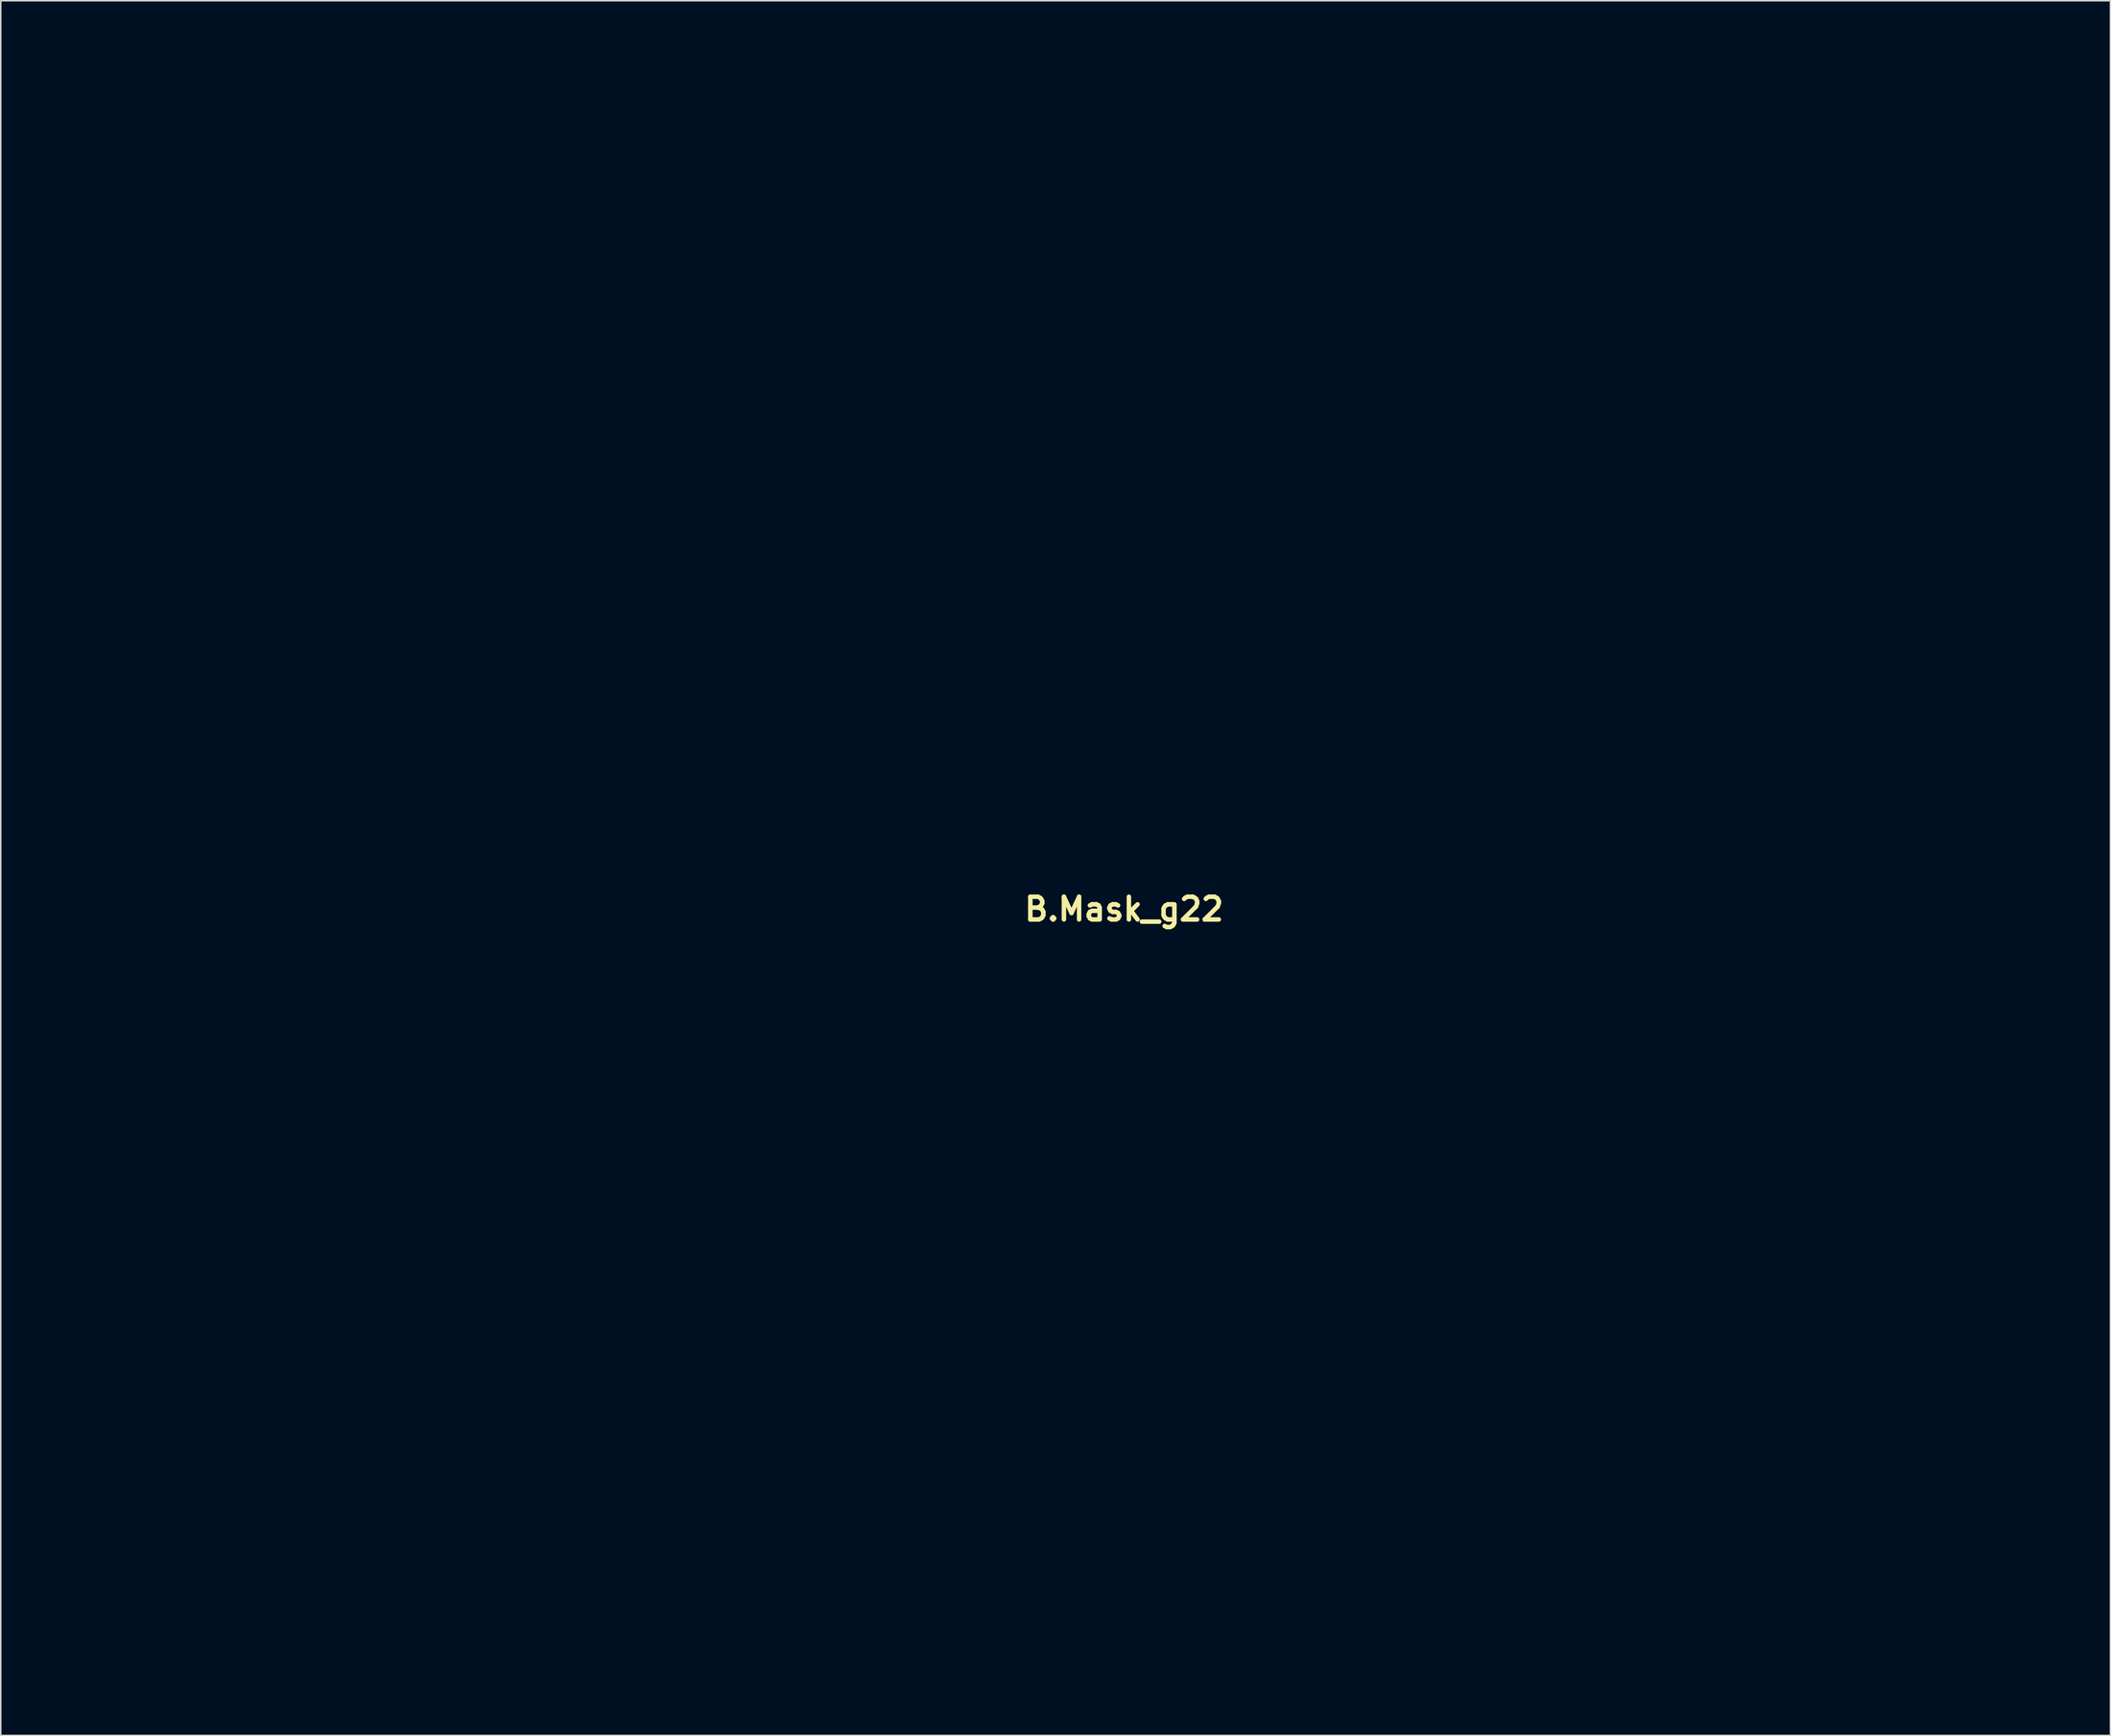
<source format=kicad_pcb>
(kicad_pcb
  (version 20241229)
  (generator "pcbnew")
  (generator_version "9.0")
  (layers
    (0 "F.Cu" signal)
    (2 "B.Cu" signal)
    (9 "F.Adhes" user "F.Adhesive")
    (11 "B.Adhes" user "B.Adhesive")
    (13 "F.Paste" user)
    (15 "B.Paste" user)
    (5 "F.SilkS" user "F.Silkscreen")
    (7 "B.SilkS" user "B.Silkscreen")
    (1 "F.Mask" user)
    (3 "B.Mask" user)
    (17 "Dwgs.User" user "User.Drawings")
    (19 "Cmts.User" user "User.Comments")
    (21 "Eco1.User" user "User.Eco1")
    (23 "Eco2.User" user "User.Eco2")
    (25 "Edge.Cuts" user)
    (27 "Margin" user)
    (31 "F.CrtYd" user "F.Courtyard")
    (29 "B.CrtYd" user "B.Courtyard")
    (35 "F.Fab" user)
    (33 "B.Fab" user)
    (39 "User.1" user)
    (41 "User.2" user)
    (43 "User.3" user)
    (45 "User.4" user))
  (footprint "B.Mask_g22"
    (layer "F.Cu")
    (at 72.268 57.896)
    (property "Reference" "B.Mask_g22" (at 0 0 0) (layer "F.SilkS") (effects (font (size 1.524 1.524) (thickness 0.3))))
    (attr through_hole)
    (fp_poly (pts (xy -56.43 -34.925) (xy -72.263 -34.925) (xy -72.263 -48.726) (xy -70.231 -48.726) (xy -70.231 -36.936) (xy -58.462 -36.936) (xy -58.462 -48.726) (xy -70.231 -48.726) (xy -72.263 -48.726) (xy -72.263 -50.736) (xy -56.43 -50.736) (xy -56.43 -34.925)) (stroke (width 0.01) (type solid)) (fill yes) (layer "B.Mask"))
    (fp_poly (pts (xy -56.43 -15.875) (xy -72.263 -15.875) (xy -72.263 -29.676) (xy -70.231 -29.676) (xy -70.231 -17.886) (xy -58.462 -17.886) (xy -58.462 -29.676) (xy -70.231 -29.676) (xy -72.263 -29.676) (xy -72.263 -31.686) (xy -56.43 -31.686) (xy -56.43 -15.875)) (stroke (width 0.01) (type solid)) (fill yes) (layer "B.Mask"))
    (fp_poly (pts (xy -56.43 3.175) (xy -72.263 3.175) (xy -72.263 -10.626) (xy -70.231 -10.626) (xy -70.231 1.164) (xy -58.462 1.164) (xy -58.462 -10.626) (xy -70.231 -10.626) (xy -72.263 -10.626) (xy -72.263 -12.636) (xy -56.43 -12.636) (xy -56.43 3.175)) (stroke (width 0.01) (type solid)) (fill yes) (layer "B.Mask"))
    (fp_poly (pts (xy -56.43 22.225) (xy -72.263 22.225) (xy -72.263 8.424) (xy -70.231 8.424) (xy -70.231 20.214) (xy -58.462 20.214) (xy -58.462 8.424) (xy -70.231 8.424) (xy -72.263 8.424) (xy -72.263 6.413) (xy -56.43 6.413) (xy -56.43 22.225)) (stroke (width 0.01) (type solid)) (fill yes) (layer "B.Mask"))
    (fp_poly (pts (xy -37.38 -34.925) (xy -53.213 -34.925) (xy -53.213 -48.726) (xy -51.181 -48.726) (xy -51.181 -36.936) (xy -39.412 -36.936) (xy -39.412 -48.726) (xy -51.181 -48.726) (xy -53.213 -48.726) (xy -53.213 -50.736) (xy -37.38 -50.736) (xy -37.38 -34.925)) (stroke (width 0.01) (type solid)) (fill yes) (layer "B.Mask"))
    (fp_poly (pts (xy -37.38 -15.875) (xy -53.213 -15.875) (xy -53.213 -29.676) (xy -51.181 -29.676) (xy -51.181 -17.886) (xy -39.412 -17.886) (xy -39.412 -29.676) (xy -51.181 -29.676) (xy -53.213 -29.676) (xy -53.213 -31.686) (xy -37.38 -31.686) (xy -37.38 -15.875)) (stroke (width 0.01) (type solid)) (fill yes) (layer "B.Mask"))
    (fp_poly (pts (xy -37.38 3.175) (xy -53.213 3.175) (xy -53.213 -10.626) (xy -51.181 -10.626) (xy -51.181 1.164) (xy -39.412 1.164) (xy -39.412 -10.626) (xy -51.181 -10.626) (xy -53.213 -10.626) (xy -53.213 -12.636) (xy -37.38 -12.636) (xy -37.38 3.175)) (stroke (width 0.01) (type solid)) (fill yes) (layer "B.Mask"))
    (fp_poly (pts (xy -37.38 22.225) (xy -53.213 22.225) (xy -53.213 8.424) (xy -51.181 8.424) (xy -51.181 20.214) (xy -39.412 20.214) (xy -39.412 8.424) (xy -51.181 8.424) (xy -53.213 8.424) (xy -53.213 6.413) (xy -37.38 6.413) (xy -37.38 22.225)) (stroke (width 0.01) (type solid)) (fill yes) (layer "B.Mask"))
    (fp_poly (pts (xy -18.33 -39.688) (xy -34.163 -39.688) (xy -34.163 -53.488) (xy -32.131 -53.488) (xy -32.131 -41.698) (xy -20.362 -41.698) (xy -20.362 -53.488) (xy -32.131 -53.488) (xy -34.163 -53.488) (xy -34.163 -55.499) (xy -18.33 -55.499) (xy -18.33 -39.688)) (stroke (width 0.01) (type solid)) (fill yes) (layer "B.Mask"))
    (fp_poly (pts (xy -18.33 -20.637) (xy -34.163 -20.637) (xy -34.163 -34.438) (xy -32.131 -34.438) (xy -32.131 -22.648) (xy -20.362 -22.648) (xy -20.362 -34.438) (xy -32.131 -34.438) (xy -34.163 -34.438) (xy -34.163 -36.449) (xy -18.33 -36.449) (xy -18.33 -20.637)) (stroke (width 0.01) (type solid)) (fill yes) (layer "B.Mask"))
    (fp_poly (pts (xy -18.33 -1.587) (xy -34.163 -1.587) (xy -34.163 -15.388) (xy -32.131 -15.388) (xy -32.131 -3.598) (xy -20.362 -3.598) (xy -20.362 -15.388) (xy -32.131 -15.388) (xy -34.163 -15.388) (xy -34.163 -17.399) (xy -18.33 -17.399) (xy -18.33 -1.587)) (stroke (width 0.01) (type solid)) (fill yes) (layer "B.Mask"))
    (fp_poly (pts (xy -18.33 17.462) (xy -34.163 17.462) (xy -34.163 3.662) (xy -32.131 3.662) (xy -32.131 15.452) (xy -20.362 15.452) (xy -20.362 3.662) (xy -32.131 3.662) (xy -34.163 3.662) (xy -34.163 1.651) (xy -18.33 1.651) (xy -18.33 17.462)) (stroke (width 0.01) (type solid)) (fill yes) (layer "B.Mask"))
    (fp_poly (pts (xy 0.699 -42.058) (xy -15.113 -42.058) (xy -15.113 -55.859) (xy -13.081 -55.859) (xy -13.081 -44.09) (xy -1.312 -44.09) (xy -1.312 -55.859) (xy -13.081 -55.859) (xy -15.113 -55.859) (xy -15.113 -57.891) (xy 0.699 -57.891) (xy 0.699 -42.058)) (stroke (width 0.01) (type solid)) (fill yes) (layer "B.Mask"))
    (fp_poly (pts (xy 0.699 -23.008) (xy -15.113 -23.008) (xy -15.113 -36.809) (xy -13.081 -36.809) (xy -13.081 -25.04) (xy -1.312 -25.04) (xy -1.312 -36.809) (xy -13.081 -36.809) (xy -15.113 -36.809) (xy -15.113 -38.841) (xy 0.699 -38.841) (xy 0.699 -23.008)) (stroke (width 0.01) (type solid)) (fill yes) (layer "B.Mask"))
    (fp_poly (pts (xy 0.699 -3.958) (xy -15.113 -3.958) (xy -15.113 -17.759) (xy -13.081 -17.759) (xy -13.081 -5.99) (xy -1.312 -5.99) (xy -1.312 -17.759) (xy -13.081 -17.759) (xy -15.113 -17.759) (xy -15.113 -19.791) (xy 0.699 -19.791) (xy 0.699 -3.958)) (stroke (width 0.01) (type solid)) (fill yes) (layer "B.Mask"))
    (fp_poly (pts (xy 0.699 15.092) (xy -15.113 15.092) (xy -15.113 1.291) (xy -13.081 1.291) (xy -13.081 13.06) (xy -1.312 13.06) (xy -1.312 1.291) (xy -13.081 1.291) (xy -15.113 1.291) (xy -15.113 -0.741) (xy 0.699 -0.741) (xy 0.699 15.092)) (stroke (width 0.01) (type solid)) (fill yes) (layer "B.Mask"))
    (fp_poly (pts (xy 10.223 38.904) (xy -5.588 38.904) (xy -5.588 25.104) (xy -3.556 25.104) (xy -3.556 36.872) (xy 8.213 36.872) (xy 8.213 25.104) (xy -3.556 25.104) (xy -5.588 25.104) (xy -5.588 23.072) (xy 10.223 23.072) (xy 10.223 38.904)) (stroke (width 0.01) (type solid)) (fill yes) (layer "B.Mask"))
    (fp_poly (pts (xy 19.748 -39.688) (xy 3.937 -39.688) (xy 3.937 -53.488) (xy 5.948 -53.488) (xy 5.948 -41.698) (xy 17.738 -41.698) (xy 17.738 -53.488) (xy 5.948 -53.488) (xy 3.937 -53.488) (xy 3.937 -55.499) (xy 19.748 -55.499) (xy 19.748 -39.688)) (stroke (width 0.01) (type solid)) (fill yes) (layer "B.Mask"))
    (fp_poly (pts (xy 19.748 -20.637) (xy 3.937 -20.637) (xy 3.937 -34.438) (xy 5.948 -34.438) (xy 5.948 -22.648) (xy 17.738 -22.648) (xy 17.738 -34.438) (xy 5.948 -34.438) (xy 3.937 -34.438) (xy 3.937 -36.449) (xy 19.748 -36.449) (xy 19.748 -20.637)) (stroke (width 0.01) (type solid)) (fill yes) (layer "B.Mask"))
    (fp_poly (pts (xy 19.748 -1.587) (xy 3.937 -1.587) (xy 3.937 -15.388) (xy 5.948 -15.388) (xy 5.948 -3.598) (xy 17.738 -3.598) (xy 17.738 -15.388) (xy 5.948 -15.388) (xy 3.937 -15.388) (xy 3.937 -17.399) (xy 19.748 -17.399) (xy 19.748 -1.587)) (stroke (width 0.01) (type solid)) (fill yes) (layer "B.Mask"))
    (fp_poly (pts (xy 19.748 17.462) (xy 3.937 17.462) (xy 3.937 3.662) (xy 5.948 3.662) (xy 5.948 15.452) (xy 17.738 15.452) (xy 17.738 3.662) (xy 5.948 3.662) (xy 3.937 3.662) (xy 3.937 1.651) (xy 19.748 1.651) (xy 19.748 17.462)) (stroke (width 0.01) (type solid)) (fill yes) (layer "B.Mask"))
    (fp_poly (pts (xy 29.273 41.296) (xy 13.462 41.296) (xy 13.462 27.495) (xy 15.473 27.495) (xy 15.473 39.264) (xy 27.263 39.264) (xy 27.263 27.495) (xy 15.473 27.495) (xy 13.462 27.495) (xy 13.462 25.463) (xy 29.273 25.463) (xy 29.273 41.296)) (stroke (width 0.01) (type solid)) (fill yes) (layer "B.Mask"))
    (fp_poly (pts (xy 38.798 -37.296) (xy 22.987 -37.296) (xy 22.987 -51.096) (xy 24.998 -51.096) (xy 24.998 -39.328) (xy 36.788 -39.328) (xy 36.788 -51.096) (xy 24.998 -51.096) (xy 22.987 -51.096) (xy 22.987 -53.128) (xy 38.798 -53.128) (xy 38.798 -37.296)) (stroke (width 0.01) (type solid)) (fill yes) (layer "B.Mask"))
    (fp_poly (pts (xy 38.798 -18.246) (xy 22.987 -18.246) (xy 22.987 -32.046) (xy 24.998 -32.046) (xy 24.998 -20.278) (xy 36.788 -20.278) (xy 36.788 -32.046) (xy 24.998 -32.046) (xy 22.987 -32.046) (xy 22.987 -34.078) (xy 38.798 -34.078) (xy 38.798 -18.246)) (stroke (width 0.01) (type solid)) (fill yes) (layer "B.Mask"))
    (fp_poly (pts (xy 38.798 0.804) (xy 22.987 0.804) (xy 22.987 -12.996) (xy 24.998 -12.996) (xy 24.998 -1.228) (xy 36.788 -1.228) (xy 36.788 -12.996) (xy 24.998 -12.996) (xy 22.987 -12.996) (xy 22.987 -15.028) (xy 38.798 -15.028) (xy 38.798 0.804)) (stroke (width 0.01) (type solid)) (fill yes) (layer "B.Mask"))
    (fp_poly (pts (xy 38.798 19.854) (xy 22.987 19.854) (xy 22.987 6.054) (xy 24.998 6.054) (xy 24.998 17.822) (xy 36.788 17.822) (xy 36.788 6.054) (xy 24.998 6.054) (xy 22.987 6.054) (xy 22.987 4.022) (xy 38.798 4.022) (xy 38.798 19.854)) (stroke (width 0.01) (type solid)) (fill yes) (layer "B.Mask"))
    (fp_poly (pts (xy 39.897 30.821) (xy 39.952 30.85) (xy 40.039 30.899) (xy 40.159 30.967) (xy 40.309 31.052) (xy 40.488 31.154) (xy 40.695 31.271) (xy 40.927 31.404) (xy 41.184 31.551) (xy 41.463 31.71) (xy 41.763 31.883) (xy 42.083 32.066) (xy 42.421 32.26) (xy 42.775 32.463) (xy 43.144 32.676) (xy 43.527 32.896) (xy 43.921 33.122) (xy 44.326 33.355) (xy 44.74 33.593) (xy 45.16 33.835) (xy 45.587 34.081) (xy 46.017 34.329) (xy 46.45 34.578) (xy 46.883 34.828) (xy 47.317 35.078) (xy 47.748 35.327) (xy 48.175 35.574) (xy 48.597 35.817) (xy 49.012 36.057) (xy 49.419 36.292) (xy 49.817 36.522) (xy 50.202 36.745) (xy 50.575 36.96) (xy 50.933 37.167) (xy 51.275 37.365) (xy 51.599 37.553) (xy 51.904 37.73) (xy 52.189 37.895) (xy 52.451 38.047) (xy 52.689 38.186) (xy 52.902 38.31) (xy 53.088 38.419) (xy 53.245 38.511) (xy 53.372 38.586) (xy 53.468 38.643) (xy 53.53 38.68) (xy 53.558 38.698) (xy 53.56 38.699) (xy 53.552 38.718) (xy 53.526 38.768) (xy 53.482 38.851) (xy 53.418 38.966) (xy 53.336 39.113) (xy 53.234 39.293) (xy 53.113 39.507) (xy 52.973 39.753) (xy 52.813 40.034) (xy 52.634 40.348) (xy 52.435 40.696) (xy 52.215 41.078) (xy 51.976 41.495) (xy 51.716 41.947) (xy 51.436 42.434) (xy 51.136 42.956) (xy 50.815 43.514) (xy 50.473 44.107) (xy 50.11 44.737) (xy 49.725 45.403) (xy 49.646 45.541) (xy 49.358 46.039) (xy 49.076 46.528) (xy 48.8 47.006) (xy 48.531 47.472) (xy 48.269 47.925) (xy 48.016 48.364) (xy 47.772 48.787) (xy 47.537 49.193) (xy 47.313 49.58) (xy 47.1 49.948) (xy 46.899 50.296) (xy 46.711 50.621) (xy 46.537 50.923) (xy 46.376 51.2) (xy 46.231 51.451) (xy 46.101 51.675) (xy 45.987 51.871) (xy 45.891 52.037) (xy 45.813 52.172) (xy 45.753 52.274) (xy 45.713 52.343) (xy 45.692 52.377) (xy 45.69 52.38) (xy 45.678 52.377) (xy 45.646 52.361) (xy 45.593 52.334) (xy 45.519 52.294) (xy 45.422 52.241) (xy 45.303 52.174) (xy 45.159 52.094) (xy 44.991 51.999) (xy 44.798 51.89) (xy 44.579 51.765) (xy 44.333 51.625) (xy 44.059 51.468) (xy 43.758 51.295) (xy 43.427 51.106) (xy 43.067 50.899) (xy 42.676 50.674) (xy 42.254 50.431) (xy 41.8 50.17) (xy 41.313 49.889) (xy 40.793 49.59) (xy 40.239 49.27) (xy 39.65 48.93) (xy 39.025 48.569) (xy 38.825 48.454) (xy 38.194 48.089) (xy 37.598 47.745) (xy 37.038 47.421) (xy 36.512 47.117) (xy 36.02 46.832) (xy 35.56 46.566) (xy 35.132 46.319) (xy 34.736 46.089) (xy 34.37 45.876) (xy 34.033 45.681) (xy 33.726 45.502) (xy 33.446 45.339) (xy 33.194 45.192) (xy 32.968 45.06) (xy 32.768 44.942) (xy 32.593 44.839) (xy 32.442 44.75) (xy 32.315 44.674) (xy 32.21 44.61) (xy 32.126 44.56) (xy 32.064 44.521) (xy 32.022 44.493) (xy 31.999 44.477) (xy 31.995 44.471) (xy 32.006 44.451) (xy 32.038 44.395) (xy 32.089 44.306) (xy 32.158 44.184) (xy 32.245 44.033) (xy 32.349 43.852) (xy 32.416 43.736) (xy 34.761 43.736) (xy 34.778 43.749) (xy 34.831 43.782) (xy 34.916 43.834) (xy 35.033 43.904) (xy 35.179 43.99) (xy 35.354 44.093) (xy 35.554 44.21) (xy 35.778 44.341) (xy 36.024 44.485) (xy 36.291 44.641) (xy 36.577 44.807) (xy 36.88 44.983) (xy 37.198 45.168) (xy 37.529 45.36) (xy 37.872 45.559) (xy 38.224 45.763) (xy 38.584 45.971) (xy 38.951 46.183) (xy 39.322 46.398) (xy 39.695 46.614) (xy 40.07 46.83) (xy 40.443 47.045) (xy 40.813 47.259) (xy 41.179 47.469) (xy 41.538 47.676) (xy 41.889 47.878) (xy 42.23 48.074) (xy 42.559 48.263) (xy 42.874 48.445) (xy 43.175 48.617) (xy 43.457 48.779) (xy 43.721 48.93) (xy 43.964 49.068) (xy 44.185 49.194) (xy 44.381 49.305) (xy 44.55 49.401) (xy 44.692 49.481) (xy 44.804 49.543) (xy 44.884 49.587) (xy 44.931 49.612) (xy 44.943 49.617) (xy 44.955 49.597) (xy 44.987 49.542) (xy 45.039 49.454) (xy 45.109 49.333) (xy 45.197 49.182) (xy 45.302 49.001) (xy 45.423 48.793) (xy 45.559 48.558) (xy 45.709 48.298) (xy 45.873 48.016) (xy 46.049 47.711) (xy 46.237 47.386) (xy 46.436 47.042) (xy 46.645 46.68) (xy 46.863 46.303) (xy 47.089 45.911) (xy 47.323 45.507) (xy 47.563 45.09) (xy 47.81 44.664) (xy 47.891 44.524) (xy 48.138 44.095) (xy 48.38 43.675) (xy 48.616 43.267) (xy 48.844 42.871) (xy 49.064 42.49) (xy 49.275 42.123) (xy 49.477 41.774) (xy 49.667 41.443) (xy 49.846 41.133) (xy 50.013 40.843) (xy 50.166 40.577) (xy 50.306 40.334) (xy 50.43 40.118) (xy 50.539 39.929) (xy 50.63 39.769) (xy 50.705 39.638) (xy 50.761 39.54) (xy 50.798 39.475) (xy 50.815 39.445) (xy 50.816 39.442) (xy 50.797 39.432) (xy 50.744 39.4) (xy 50.656 39.35) (xy 50.537 39.281) (xy 50.386 39.194) (xy 50.207 39.09) (xy 50 38.97) (xy 49.766 38.835) (xy 49.508 38.686) (xy 49.227 38.523) (xy 48.924 38.348) (xy 48.6 38.161) (xy 48.258 37.964) (xy 47.899 37.756) (xy 47.524 37.54) (xy 47.134 37.315) (xy 46.732 37.082) (xy 46.319 36.843) (xy 45.895 36.599) (xy 45.836 36.565) (xy 45.41 36.319) (xy 44.993 36.078) (xy 44.587 35.843) (xy 44.192 35.615) (xy 43.81 35.395) (xy 43.444 35.184) (xy 43.094 34.982) (xy 42.763 34.79) (xy 42.45 34.61) (xy 42.159 34.442) (xy 41.891 34.287) (xy 41.647 34.146) (xy 41.429 34.02) (xy 41.238 33.909) (xy 41.076 33.816) (xy 40.944 33.74) (xy 40.844 33.682) (xy 40.778 33.643) (xy 40.747 33.625) (xy 40.746 33.625) (xy 40.629 33.556) (xy 37.698 38.634) (xy 37.45 39.063) (xy 37.208 39.483) (xy 36.972 39.891) (xy 36.743 40.288) (xy 36.523 40.67) (xy 36.311 41.037) (xy 36.109 41.388) (xy 35.918 41.719) (xy 35.738 42.031) (xy 35.571 42.322) (xy 35.417 42.59) (xy 35.277 42.834) (xy 35.152 43.051) (xy 35.042 43.242) (xy 34.95 43.404) (xy 34.874 43.535) (xy 34.817 43.635) (xy 34.78 43.702) (xy 34.762 43.734) (xy 34.761 43.736) (xy 32.416 43.736) (xy 32.468 43.645) (xy 32.603 43.411) (xy 32.751 43.154) (xy 32.913 42.873) (xy 33.086 42.572) (xy 33.271 42.251) (xy 33.466 41.912) (xy 33.671 41.557) (xy 33.885 41.187) (xy 34.106 40.803) (xy 34.334 40.408) (xy 34.567 40.003) (xy 34.806 39.589) (xy 35.049 39.168) (xy 35.295 38.741) (xy 35.544 38.311) (xy 35.793 37.878) (xy 36.044 37.444) (xy 36.294 37.011) (xy 36.542 36.58) (xy 36.789 36.153) (xy 37.032 35.732) (xy 37.272 35.317) (xy 37.506 34.911) (xy 37.735 34.515) (xy 37.957 34.13) (xy 38.172 33.759) (xy 38.378 33.402) (xy 38.574 33.062) (xy 38.761 32.739) (xy 38.936 32.436) (xy 39.099 32.154) (xy 39.25 31.894) (xy 39.386 31.658) (xy 39.508 31.448) (xy 39.614 31.265) (xy 39.703 31.111) (xy 39.775 30.987) (xy 39.829 30.894) (xy 39.863 30.836) (xy 39.878 30.812) (xy 39.878 30.811) (xy 39.897 30.821)) (stroke (width 0.01) (type solid)) (fill yes) (layer "B.Mask"))
    (fp_poly (pts (xy 49.435 14.325) (xy 49.491 14.356) (xy 49.58 14.406) (xy 49.702 14.475) (xy 49.856 14.562) (xy 50.04 14.667) (xy 50.253 14.788) (xy 50.493 14.926) (xy 50.761 15.079) (xy 51.053 15.246) (xy 51.369 15.427) (xy 51.708 15.622) (xy 52.068 15.829) (xy 52.448 16.047) (xy 52.847 16.277) (xy 53.263 16.516) (xy 53.696 16.766) (xy 54.144 17.023) (xy 54.605 17.289) (xy 55.078 17.562) (xy 55.563 17.842) (xy 56.058 18.128) (xy 56.27 18.25) (xy 56.884 18.605) (xy 57.463 18.939) (xy 58.006 19.253) (xy 58.516 19.548) (xy 58.993 19.824) (xy 59.439 20.081) (xy 59.853 20.321) (xy 60.237 20.543) (xy 60.592 20.749) (xy 60.918 20.939) (xy 61.218 21.113) (xy 61.491 21.272) (xy 61.739 21.416) (xy 61.963 21.547) (xy 62.163 21.664) (xy 62.341 21.769) (xy 62.497 21.861) (xy 62.633 21.941) (xy 62.749 22.011) (xy 62.846 22.069) (xy 62.925 22.118) (xy 62.988 22.157) (xy 63.035 22.187) (xy 63.067 22.209) (xy 63.085 22.223) (xy 63.09 22.23) (xy 63.079 22.252) (xy 63.047 22.309) (xy 62.996 22.4) (xy 62.926 22.523) (xy 62.839 22.675) (xy 62.735 22.857) (xy 62.616 23.066) (xy 62.481 23.3) (xy 62.333 23.558) (xy 62.171 23.839) (xy 61.997 24.141) (xy 61.812 24.462) (xy 61.617 24.802) (xy 61.412 25.157) (xy 61.199 25.528) (xy 60.978 25.911) (xy 60.75 26.306) (xy 60.516 26.712) (xy 60.277 27.126) (xy 60.034 27.547) (xy 59.788 27.973) (xy 59.539 28.403) (xy 59.289 28.836) (xy 59.038 29.269) (xy 58.788 29.702) (xy 58.539 30.133) (xy 58.293 30.559) (xy 58.049 30.98) (xy 57.809 31.395) (xy 57.575 31.801) (xy 57.345 32.196) (xy 57.123 32.58) (xy 56.908 32.951) (xy 56.702 33.308) (xy 56.504 33.648) (xy 56.317 33.97) (xy 56.142 34.273) (xy 55.978 34.555) (xy 55.827 34.815) (xy 55.69 35.05) (xy 55.568 35.26) (xy 55.461 35.443) (xy 55.371 35.597) (xy 55.298 35.721) (xy 55.243 35.813) (xy 55.208 35.872) (xy 55.193 35.896) (xy 55.192 35.897) (xy 55.172 35.886) (xy 55.117 35.855) (xy 55.028 35.805) (xy 54.906 35.735) (xy 54.753 35.647) (xy 54.569 35.542) (xy 54.356 35.419) (xy 54.116 35.281) (xy 53.849 35.128) (xy 53.557 34.96) (xy 53.242 34.778) (xy 52.903 34.583) (xy 52.544 34.376) (xy 52.164 34.157) (xy 51.766 33.927) (xy 51.35 33.687) (xy 50.918 33.438) (xy 50.471 33.18) (xy 50.01 32.914) (xy 49.538 32.641) (xy 49.054 32.362) (xy 48.56 32.077) (xy 48.384 31.975) (xy 47.887 31.688) (xy 47.399 31.406) (xy 46.922 31.13) (xy 46.456 30.861) (xy 46.004 30.6) (xy 45.565 30.346) (xy 45.143 30.102) (xy 44.737 29.867) (xy 44.349 29.643) (xy 43.981 29.431) (xy 43.634 29.23) (xy 43.309 29.042) (xy 43.007 28.867) (xy 42.73 28.707) (xy 42.478 28.561) (xy 42.254 28.431) (xy 42.059 28.318) (xy 41.893 28.222) (xy 41.758 28.144) (xy 41.656 28.084) (xy 41.587 28.044) (xy 41.553 28.025) (xy 41.55 28.023) (xy 41.546 28.02) (xy 41.543 28.016) (xy 41.541 28.01) (xy 41.542 28) (xy 41.545 27.987) (xy 41.552 27.967) (xy 41.563 27.942) (xy 41.578 27.909) (xy 41.599 27.867) (xy 41.626 27.815) (xy 41.66 27.752) (xy 41.7 27.678) (xy 41.748 27.59) (xy 41.805 27.488) (xy 41.871 27.37) (xy 41.93 27.266) (xy 44.29 27.266) (xy 44.319 27.284) (xy 44.383 27.321) (xy 44.479 27.377) (xy 44.606 27.451) (xy 44.762 27.542) (xy 44.945 27.648) (xy 45.154 27.768) (xy 45.386 27.902) (xy 45.639 28.049) (xy 45.913 28.207) (xy 46.205 28.376) (xy 46.513 28.553) (xy 46.835 28.74) (xy 47.171 28.933) (xy 47.517 29.133) (xy 47.872 29.338) (xy 48.235 29.547) (xy 48.603 29.759) (xy 48.975 29.974) (xy 49.348 30.189) (xy 49.722 30.405) (xy 50.094 30.619) (xy 50.463 30.832) (xy 50.826 31.041) (xy 51.182 31.247) (xy 51.53 31.447) (xy 51.866 31.64) (xy 52.19 31.827) (xy 52.5 32.005) (xy 52.794 32.174) (xy 53.07 32.333) (xy 53.326 32.48) (xy 53.56 32.615) (xy 53.771 32.737) (xy 53.957 32.843) (xy 54.117 32.935) (xy 54.247 33.009) (xy 54.347 33.066) (xy 54.414 33.105) (xy 54.448 33.123) (xy 54.451 33.125) (xy 54.463 33.107) (xy 54.496 33.054) (xy 54.548 32.967) (xy 54.618 32.847) (xy 54.707 32.697) (xy 54.812 32.518) (xy 54.933 32.311) (xy 55.069 32.077) (xy 55.219 31.819) (xy 55.383 31.537) (xy 55.56 31.234) (xy 55.748 30.909) (xy 55.947 30.566) (xy 56.156 30.206) (xy 56.374 29.829) (xy 56.6 29.438) (xy 56.834 29.034) (xy 57.074 28.618) (xy 57.32 28.192) (xy 57.403 28.048) (xy 57.651 27.619) (xy 57.893 27.199) (xy 58.128 26.791) (xy 58.357 26.395) (xy 58.577 26.012) (xy 58.788 25.646) (xy 58.99 25.296) (xy 59.181 24.964) (xy 59.36 24.653) (xy 59.527 24.363) (xy 59.68 24.095) (xy 59.82 23.852) (xy 59.944 23.635) (xy 60.053 23.445) (xy 60.145 23.284) (xy 60.22 23.153) (xy 60.277 23.053) (xy 60.314 22.987) (xy 60.331 22.956) (xy 60.332 22.953) (xy 60.314 22.941) (xy 60.26 22.909) (xy 60.173 22.858) (xy 60.054 22.787) (xy 59.903 22.699) (xy 59.724 22.594) (xy 59.517 22.474) (xy 59.283 22.338) (xy 59.024 22.187) (xy 58.743 22.024) (xy 58.439 21.847) (xy 58.114 21.659) (xy 57.771 21.46) (xy 57.41 21.251) (xy 57.033 21.033) (xy 56.642 20.807) (xy 56.238 20.573) (xy 55.822 20.332) (xy 55.395 20.086) (xy 55.243 19.998) (xy 54.678 19.672) (xy 54.149 19.367) (xy 53.655 19.082) (xy 53.197 18.818) (xy 52.772 18.574) (xy 52.382 18.35) (xy 52.025 18.145) (xy 51.701 17.959) (xy 51.409 17.792) (xy 51.149 17.644) (xy 50.92 17.514) (xy 50.721 17.402) (xy 50.553 17.307) (xy 50.414 17.23) (xy 50.304 17.169) (xy 50.223 17.126) (xy 50.169 17.098) (xy 50.143 17.087) (xy 50.14 17.087) (xy 50.128 17.107) (xy 50.096 17.163) (xy 50.045 17.252) (xy 49.974 17.373) (xy 49.887 17.525) (xy 49.782 17.707) (xy 49.661 17.916) (xy 49.525 18.151) (xy 49.375 18.411) (xy 49.211 18.695) (xy 49.035 19) (xy 48.847 19.325) (xy 48.648 19.67) (xy 48.439 20.031) (xy 48.221 20.409) (xy 47.994 20.801) (xy 47.76 21.206) (xy 47.52 21.622) (xy 47.274 22.048) (xy 47.196 22.183) (xy 46.903 22.69) (xy 46.623 23.175) (xy 46.356 23.638) (xy 46.103 24.077) (xy 45.865 24.491) (xy 45.641 24.881) (xy 45.432 25.244) (xy 45.24 25.581) (xy 45.063 25.889) (xy 44.903 26.169) (xy 44.761 26.419) (xy 44.636 26.638) (xy 44.53 26.827) (xy 44.442 26.983) (xy 44.374 27.105) (xy 44.326 27.194) (xy 44.297 27.248) (xy 44.29 27.266) (xy 41.93 27.266) (xy 41.947 27.237) (xy 42.032 27.085) (xy 42.129 26.915) (xy 42.238 26.726) (xy 42.358 26.515) (xy 42.491 26.283) (xy 42.638 26.027) (xy 42.799 25.747) (xy 42.975 25.443) (xy 43.165 25.111) (xy 43.372 24.753) (xy 43.595 24.365) (xy 43.836 23.948) (xy 44.094 23.501) (xy 44.371 23.021) (xy 44.667 22.509) (xy 44.982 21.962) (xy 45.318 21.381) (xy 45.447 21.158) (xy 45.734 20.659) (xy 46.017 20.17) (xy 46.293 19.692) (xy 46.563 19.225) (xy 46.825 18.772) (xy 47.079 18.333) (xy 47.324 17.91) (xy 47.559 17.504) (xy 47.784 17.116) (xy 47.997 16.748) (xy 48.198 16.401) (xy 48.387 16.075) (xy 48.562 15.773) (xy 48.723 15.496) (xy 48.87 15.245) (xy 49 15.021) (xy 49.114 14.825) (xy 49.211 14.659) (xy 49.29 14.525) (xy 49.351 14.422) (xy 49.392 14.353) (xy 49.413 14.319) (xy 49.415 14.316) (xy 49.435 14.325)) (stroke (width 0.01) (type solid)) (fill yes) (layer "B.Mask")))
  (gr_rect
    (start -3 -3)
    (end 138.363 113.281)
    (stroke (width 0.1) (type default))
    (fill no)
    (layer "Edge.Cuts")))
</source>
